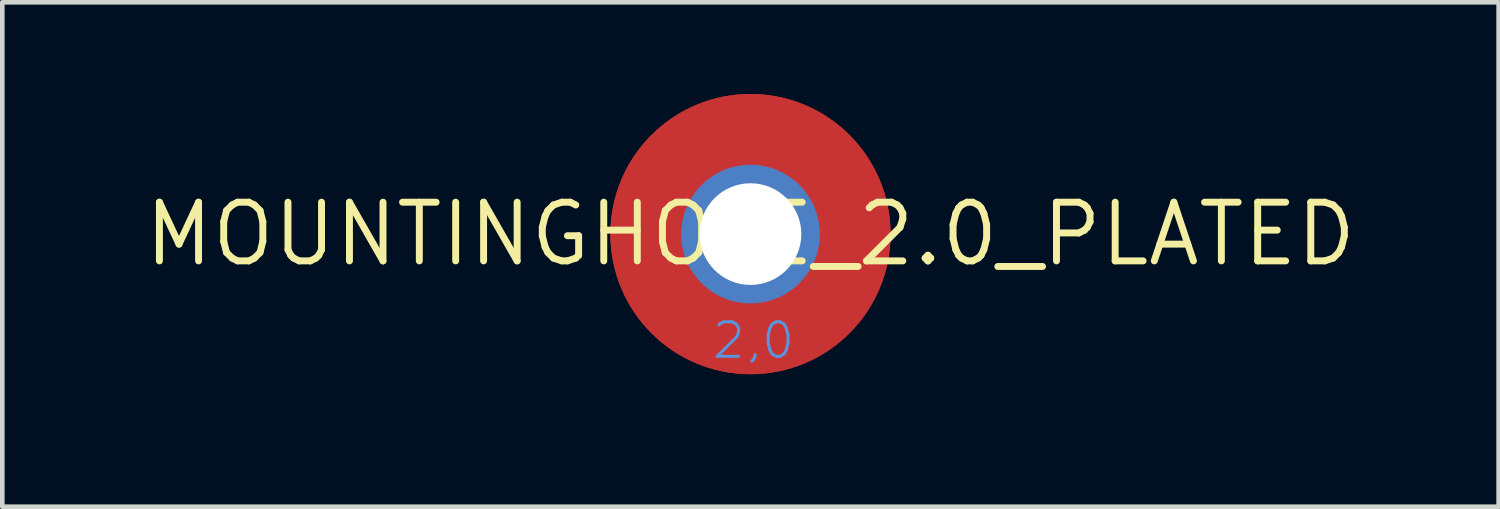
<source format=kicad_pcb>
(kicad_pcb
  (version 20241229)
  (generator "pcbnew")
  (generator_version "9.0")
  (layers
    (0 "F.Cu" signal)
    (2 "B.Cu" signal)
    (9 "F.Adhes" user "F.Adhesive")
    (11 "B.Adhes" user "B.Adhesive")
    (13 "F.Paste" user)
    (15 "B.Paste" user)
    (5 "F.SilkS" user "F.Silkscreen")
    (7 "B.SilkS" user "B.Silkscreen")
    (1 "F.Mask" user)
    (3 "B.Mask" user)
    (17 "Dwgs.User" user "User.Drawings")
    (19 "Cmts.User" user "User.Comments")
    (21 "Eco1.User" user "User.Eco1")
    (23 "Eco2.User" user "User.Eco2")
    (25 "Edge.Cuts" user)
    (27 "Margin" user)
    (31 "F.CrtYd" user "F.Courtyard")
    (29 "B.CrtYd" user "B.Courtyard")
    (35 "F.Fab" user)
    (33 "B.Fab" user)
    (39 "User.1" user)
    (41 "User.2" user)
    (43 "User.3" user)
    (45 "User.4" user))
  (footprint "MOUNTINGHOLE_2.0_PLATED"
    (layer "F.Cu")
    (at 13.191 2.016)
    (property "Reference" "MOUNTINGHOLE_2.0_PLATED" (at 0 0 0) (layer "F.SilkS") (effects (font (size 1.27 1.27) (thickness 0.15))))
    (fp_circle (center 0 0) (end 1 0) (stroke (width 2.032) (type solid)) (fill no) (layer "F.Cu"))
    (fp_circle (center 0 0) (end 1 0) (stroke (width 2.032) (type solid)) (fill no) (layer "F.Cu"))
    (fp_circle (center 0 0) (end 1.8 0) (stroke (width 0.203) (type solid)) (fill no) (layer "F.Cu"))
    (fp_text user "2,0" (at -0.87 2.74 0) (unlocked yes) (layer "Cmts.User") (effects (font (size 0.748 0.748) (thickness 0.065)) (justify left bottom)))
    (pad "P$1" thru_hole circle (at 0 0) (size 3 3) (drill 2.2) (layers "*.Cu" "*.Mask"))
    (zone (net_name "") (layer "F.Cu") (hatch edge 0.5) (connect_pads) (min_thickness 0.25) (filled_areas_thickness no) (keepout (tracks not_allowed) (vias not_allowed) (pads not_allowed) (copperpour not_allowed) (footprints allowed)) (placement (enabled no)) (fill) (polygon (pts (xy 15.207 2.016) (xy 15.187 1.735) (xy 15.129 1.46) (xy 15.033 1.196) (xy 14.901 0.948) (xy 14.735 0.72) (xy 14.54 0.518) (xy 14.318 0.345) (xy 14.075 0.204) (xy 13.814 0.099) (xy 13.541 0.031) (xy 13.261 0.001) (xy 12.98 0.011) (xy 12.703 0.06) (xy 12.436 0.147) (xy 12.183 0.27) (xy 11.95 0.427) (xy 11.741 0.616) (xy 11.56 0.831) (xy 11.411 1.07) (xy 11.297 1.326) (xy 11.219 1.597) (xy 11.18 1.875) (xy 11.18 2.157) (xy 11.219 2.435) (xy 11.297 2.706) (xy 11.411 2.962) (xy 11.56 3.201) (xy 11.741 3.416) (xy 11.95 3.605) (xy 12.183 3.762) (xy 12.436 3.885) (xy 12.703 3.972) (xy 12.98 4.021) (xy 13.261 4.031) (xy 13.541 4.001) (xy 13.814 3.933) (xy 14.075 3.828) (xy 14.318 3.687) (xy 14.54 3.514) (xy 14.735 3.312) (xy 14.901 3.084) (xy 15.033 2.836) (xy 15.129 2.572) (xy 15.187 2.297))) (polygon (pts (xy 13.175 2.016) (xy 13.18 2.027) (xy 13.191 2.032) (xy 13.202 2.027) (xy 13.207 2.016) (xy 13.202 2.005) (xy 13.191 2) (xy 13.18 2.005))))
    (zone (net_name "") (layers "F.Cu" "B.Cu") (hatch edge 0.5) (connect_pads) (min_thickness 0.25) (filled_areas_thickness no) (keepout (tracks allowed) (vias not_allowed) (pads allowed) (copperpour allowed) (footprints allowed)) (placement (enabled no)) (fill) (polygon (pts (xy 15.207 2.016) (xy 15.187 1.735) (xy 15.129 1.46) (xy 15.033 1.196) (xy 14.901 0.948) (xy 14.735 0.72) (xy 14.54 0.518) (xy 14.318 0.345) (xy 14.075 0.204) (xy 13.814 0.099) (xy 13.541 0.031) (xy 13.261 0.001) (xy 12.98 0.011) (xy 12.703 0.06) (xy 12.436 0.147) (xy 12.183 0.27) (xy 11.95 0.427) (xy 11.741 0.616) (xy 11.56 0.831) (xy 11.411 1.07) (xy 11.297 1.326) (xy 11.219 1.597) (xy 11.18 1.875) (xy 11.18 2.157) (xy 11.219 2.435) (xy 11.297 2.706) (xy 11.411 2.962) (xy 11.56 3.201) (xy 11.741 3.416) (xy 11.95 3.605) (xy 12.183 3.762) (xy 12.436 3.885) (xy 12.703 3.972) (xy 12.98 4.021) (xy 13.261 4.031) (xy 13.541 4.001) (xy 13.814 3.933) (xy 14.075 3.828) (xy 14.318 3.687) (xy 14.54 3.514) (xy 14.735 3.312) (xy 14.901 3.084) (xy 15.033 2.836) (xy 15.129 2.572) (xy 15.187 2.297))) (polygon (pts (xy 13.175 2.016) (xy 13.18 2.027) (xy 13.191 2.032) (xy 13.202 2.027) (xy 13.207 2.016) (xy 13.202 2.005) (xy 13.191 2) (xy 13.18 2.005))))
    (zone (net_name "") (layer "B.Cu") (hatch edge 0.5) (connect_pads) (min_thickness 0.25) (filled_areas_thickness no) (keepout (tracks not_allowed) (vias not_allowed) (pads not_allowed) (copperpour not_allowed) (footprints allowed)) (placement (enabled no)) (fill) (polygon (pts (xy 15.207 2.016) (xy 15.187 1.735) (xy 15.129 1.46) (xy 15.033 1.196) (xy 14.901 0.948) (xy 14.735 0.72) (xy 14.54 0.518) (xy 14.318 0.345) (xy 14.075 0.204) (xy 13.814 0.099) (xy 13.541 0.031) (xy 13.261 0.001) (xy 12.98 0.011) (xy 12.703 0.06) (xy 12.436 0.147) (xy 12.183 0.27) (xy 11.95 0.427) (xy 11.741 0.616) (xy 11.56 0.831) (xy 11.411 1.07) (xy 11.297 1.326) (xy 11.219 1.597) (xy 11.18 1.875) (xy 11.18 2.157) (xy 11.219 2.435) (xy 11.297 2.706) (xy 11.411 2.962) (xy 11.56 3.201) (xy 11.741 3.416) (xy 11.95 3.605) (xy 12.183 3.762) (xy 12.436 3.885) (xy 12.703 3.972) (xy 12.98 4.021) (xy 13.261 4.031) (xy 13.541 4.001) (xy 13.814 3.933) (xy 14.075 3.828) (xy 14.318 3.687) (xy 14.54 3.514) (xy 14.735 3.312) (xy 14.901 3.084) (xy 15.033 2.836) (xy 15.129 2.572) (xy 15.187 2.297))) (polygon (pts (xy 13.175 2.016) (xy 13.18 2.027) (xy 13.191 2.032) (xy 13.202 2.027) (xy 13.207 2.016) (xy 13.202 2.005) (xy 13.191 2) (xy 13.18 2.005)))))
  (gr_rect
    (start -3 -3)
    (end 29.382 7.916)
    (stroke (width 0.1) (type default))
    (fill no)
    (layer "Edge.Cuts")))
</source>
